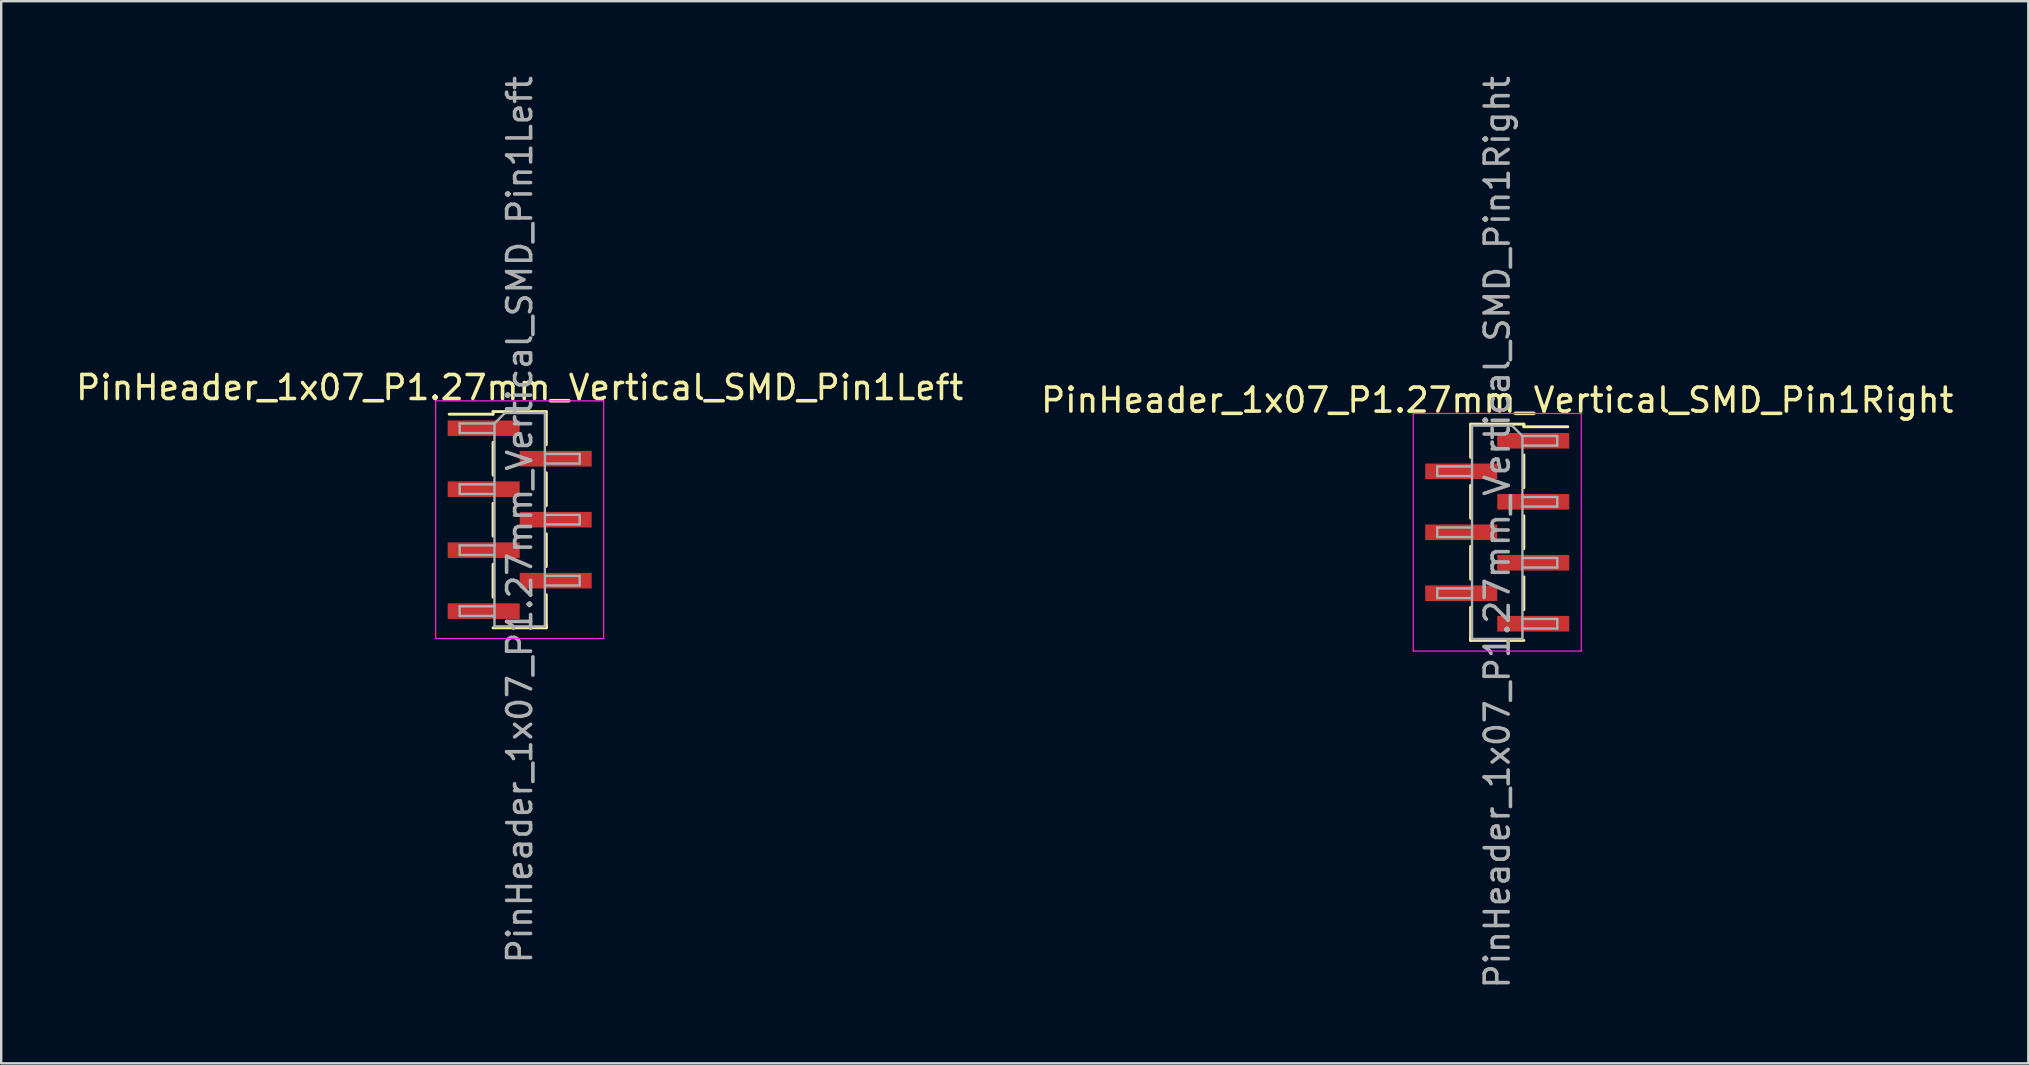
<source format=kicad_pcb>
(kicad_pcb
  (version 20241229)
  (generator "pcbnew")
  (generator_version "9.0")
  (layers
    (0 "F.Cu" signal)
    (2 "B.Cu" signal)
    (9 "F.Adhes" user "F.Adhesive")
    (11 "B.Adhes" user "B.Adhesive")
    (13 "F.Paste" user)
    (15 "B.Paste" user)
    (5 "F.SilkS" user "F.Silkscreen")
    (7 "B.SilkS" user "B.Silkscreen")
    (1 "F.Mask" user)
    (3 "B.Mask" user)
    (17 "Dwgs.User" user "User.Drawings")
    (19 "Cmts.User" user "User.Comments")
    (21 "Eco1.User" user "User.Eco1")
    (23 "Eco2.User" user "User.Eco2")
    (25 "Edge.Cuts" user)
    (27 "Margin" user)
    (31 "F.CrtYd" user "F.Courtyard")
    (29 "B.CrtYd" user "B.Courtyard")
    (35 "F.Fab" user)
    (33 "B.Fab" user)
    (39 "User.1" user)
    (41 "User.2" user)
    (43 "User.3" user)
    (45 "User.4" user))
  (footprint "PinHeader_1x07_P1.27mm_Vertical_SMD_Pin1Right"
    (layer "F.Cu")
    (at 59.327 19.125)
    (property "Reference" "PinHeader_1x07_P1.27mm_Vertical_SMD_Pin1Right" (at 0 -5.505 0) (layer "F.SilkS") (effects (font (size 1 1) (thickness 0.15))))
    (attr smd)
    (fp_line (start -1.11 -4.505) (end 1.11 -4.505) (stroke (width 0.12) (type solid)) (layer "F.SilkS"))
    (fp_line (start -1.11 -4.495) (end -1.11 -3.125) (stroke (width 0.12) (type solid)) (layer "F.SilkS"))
    (fp_line (start -1.11 -1.955) (end -1.11 -0.585) (stroke (width 0.12) (type solid)) (layer "F.SilkS"))
    (fp_line (start -1.11 0.585) (end -1.11 1.955) (stroke (width 0.12) (type solid)) (layer "F.SilkS"))
    (fp_line (start -1.11 3.125) (end -1.11 4.495) (stroke (width 0.12) (type solid)) (layer "F.SilkS"))
    (fp_line (start -1.11 4.395) (end -1.11 4.505) (stroke (width 0.12) (type solid)) (layer "F.SilkS"))
    (fp_line (start -1.11 4.505) (end 1.11 4.505) (stroke (width 0.12) (type solid)) (layer "F.SilkS"))
    (fp_line (start 1.11 -4.505) (end 1.11 -4.395) (stroke (width 0.12) (type solid)) (layer "F.SilkS"))
    (fp_line (start 1.11 -4.395) (end 2.94 -4.395) (stroke (width 0.12) (type solid)) (layer "F.SilkS"))
    (fp_line (start 1.11 -3.225) (end 1.11 -1.855) (stroke (width 0.12) (type solid)) (layer "F.SilkS"))
    (fp_line (start 1.11 -0.685) (end 1.11 0.685) (stroke (width 0.12) (type solid)) (layer "F.SilkS"))
    (fp_line (start 1.11 1.855) (end 1.11 3.225) (stroke (width 0.12) (type solid)) (layer "F.SilkS"))
    (fp_line (start -3.5 -4.95) (end -3.5 4.95) (stroke (width 0.05) (type solid)) (layer "F.CrtYd"))
    (fp_line (start -3.5 4.95) (end 3.5 4.95) (stroke (width 0.05) (type solid)) (layer "F.CrtYd"))
    (fp_line (start 3.5 -4.95) (end -3.5 -4.95) (stroke (width 0.05) (type solid)) (layer "F.CrtYd"))
    (fp_line (start 3.5 4.95) (end 3.5 -4.95) (stroke (width 0.05) (type solid)) (layer "F.CrtYd"))
    (fp_line (start -2.5 -2.74) (end -2.5 -2.34) (stroke (width 0.1) (type solid)) (layer "F.Fab"))
    (fp_line (start -2.5 -2.34) (end -1.05 -2.34) (stroke (width 0.1) (type solid)) (layer "F.Fab"))
    (fp_line (start -2.5 -0.2) (end -2.5 0.2) (stroke (width 0.1) (type solid)) (layer "F.Fab"))
    (fp_line (start -2.5 0.2) (end -1.05 0.2) (stroke (width 0.1) (type solid)) (layer "F.Fab"))
    (fp_line (start -2.5 2.34) (end -2.5 2.74) (stroke (width 0.1) (type solid)) (layer "F.Fab"))
    (fp_line (start -2.5 2.74) (end -1.05 2.74) (stroke (width 0.1) (type solid)) (layer "F.Fab"))
    (fp_line (start -1.05 -4.445) (end -1.05 4.445) (stroke (width 0.1) (type solid)) (layer "F.Fab"))
    (fp_line (start -1.05 -4.445) (end 0.615 -4.445) (stroke (width 0.1) (type solid)) (layer "F.Fab"))
    (fp_line (start -1.05 -2.74) (end -2.5 -2.74) (stroke (width 0.1) (type solid)) (layer "F.Fab"))
    (fp_line (start -1.05 -0.2) (end -2.5 -0.2) (stroke (width 0.1) (type solid)) (layer "F.Fab"))
    (fp_line (start -1.05 2.34) (end -2.5 2.34) (stroke (width 0.1) (type solid)) (layer "F.Fab"))
    (fp_line (start 1.05 -4.01) (end 0.615 -4.445) (stroke (width 0.1) (type solid)) (layer "F.Fab"))
    (fp_line (start 1.05 -4.01) (end 2.5 -4.01) (stroke (width 0.1) (type solid)) (layer "F.Fab"))
    (fp_line (start 1.05 -1.47) (end 2.5 -1.47) (stroke (width 0.1) (type solid)) (layer "F.Fab"))
    (fp_line (start 1.05 1.07) (end 2.5 1.07) (stroke (width 0.1) (type solid)) (layer "F.Fab"))
    (fp_line (start 1.05 3.61) (end 2.5 3.61) (stroke (width 0.1) (type solid)) (layer "F.Fab"))
    (fp_line (start 1.05 4.445) (end -1.05 4.445) (stroke (width 0.1) (type solid)) (layer "F.Fab"))
    (fp_line (start 1.05 4.445) (end 1.05 -4.01) (stroke (width 0.1) (type solid)) (layer "F.Fab"))
    (fp_line (start 2.5 -4.01) (end 2.5 -3.61) (stroke (width 0.1) (type solid)) (layer "F.Fab"))
    (fp_line (start 2.5 -3.61) (end 1.05 -3.61) (stroke (width 0.1) (type solid)) (layer "F.Fab"))
    (fp_line (start 2.5 -1.47) (end 2.5 -1.07) (stroke (width 0.1) (type solid)) (layer "F.Fab"))
    (fp_line (start 2.5 -1.07) (end 1.05 -1.07) (stroke (width 0.1) (type solid)) (layer "F.Fab"))
    (fp_line (start 2.5 1.07) (end 2.5 1.47) (stroke (width 0.1) (type solid)) (layer "F.Fab"))
    (fp_line (start 2.5 1.47) (end 1.05 1.47) (stroke (width 0.1) (type solid)) (layer "F.Fab"))
    (fp_line (start 2.5 3.61) (end 2.5 4.01) (stroke (width 0.1) (type solid)) (layer "F.Fab"))
    (fp_line (start 2.5 4.01) (end 1.05 4.01) (stroke (width 0.1) (type solid)) (layer "F.Fab"))
    (fp_text user "${REFERENCE}" (at 0 0 90) (layer "F.Fab") (effects (font (size 1 1) (thickness 0.15))))
    (pad "1" smd rect (at 1.5 -3.81) (size 3 0.65) (layers "F.Cu" "F.Mask" "F.Paste"))
    (pad "2" smd rect (at -1.5 -2.54) (size 3 0.65) (layers "F.Cu" "F.Mask" "F.Paste"))
    (pad "3" smd rect (at 1.5 -1.27) (size 3 0.65) (layers "F.Cu" "F.Mask" "F.Paste"))
    (pad "4" smd rect (at -1.5 0) (size 3 0.65) (layers "F.Cu" "F.Mask" "F.Paste"))
    (pad "5" smd rect (at 1.5 1.27) (size 3 0.65) (layers "F.Cu" "F.Mask" "F.Paste"))
    (pad "6" smd rect (at -1.5 2.54) (size 3 0.65) (layers "F.Cu" "F.Mask" "F.Paste"))
    (pad "7" smd rect (at 1.5 3.81) (size 3 0.65) (layers "F.Cu" "F.Mask" "F.Paste")))
  (footprint "PinHeader_1x07_P1.27mm_Vertical_SMD_Pin1Left"
    (layer "F.Cu")
    (at 18.601 18.601)
    (property "Reference" "PinHeader_1x07_P1.27mm_Vertical_SMD_Pin1Left" (at 0 -5.505 0) (layer "F.SilkS") (effects (font (size 1 1) (thickness 0.15))))
    (attr smd)
    (fp_line (start -1.11 -4.505) (end -1.11 -4.395) (stroke (width 0.12) (type solid)) (layer "F.SilkS"))
    (fp_line (start -1.11 -4.505) (end 1.11 -4.505) (stroke (width 0.12) (type solid)) (layer "F.SilkS"))
    (fp_line (start -1.11 -4.395) (end -2.94 -4.395) (stroke (width 0.12) (type solid)) (layer "F.SilkS"))
    (fp_line (start -1.11 -3.225) (end -1.11 -1.855) (stroke (width 0.12) (type solid)) (layer "F.SilkS"))
    (fp_line (start -1.11 -0.685) (end -1.11 0.685) (stroke (width 0.12) (type solid)) (layer "F.SilkS"))
    (fp_line (start -1.11 1.855) (end -1.11 3.225) (stroke (width 0.12) (type solid)) (layer "F.SilkS"))
    (fp_line (start -1.11 4.505) (end 1.11 4.505) (stroke (width 0.12) (type solid)) (layer "F.SilkS"))
    (fp_line (start 1.11 -4.495) (end 1.11 -3.125) (stroke (width 0.12) (type solid)) (layer "F.SilkS"))
    (fp_line (start 1.11 -1.955) (end 1.11 -0.585) (stroke (width 0.12) (type solid)) (layer "F.SilkS"))
    (fp_line (start 1.11 0.585) (end 1.11 1.955) (stroke (width 0.12) (type solid)) (layer "F.SilkS"))
    (fp_line (start 1.11 3.125) (end 1.11 4.495) (stroke (width 0.12) (type solid)) (layer "F.SilkS"))
    (fp_line (start 1.11 4.395) (end 1.11 4.505) (stroke (width 0.12) (type solid)) (layer "F.SilkS"))
    (fp_line (start -3.5 -4.95) (end -3.5 4.95) (stroke (width 0.05) (type solid)) (layer "F.CrtYd"))
    (fp_line (start -3.5 4.95) (end 3.5 4.95) (stroke (width 0.05) (type solid)) (layer "F.CrtYd"))
    (fp_line (start 3.5 -4.95) (end -3.5 -4.95) (stroke (width 0.05) (type solid)) (layer "F.CrtYd"))
    (fp_line (start 3.5 4.95) (end 3.5 -4.95) (stroke (width 0.05) (type solid)) (layer "F.CrtYd"))
    (fp_line (start -2.5 -4.01) (end -2.5 -3.61) (stroke (width 0.1) (type solid)) (layer "F.Fab"))
    (fp_line (start -2.5 -3.61) (end -1.05 -3.61) (stroke (width 0.1) (type solid)) (layer "F.Fab"))
    (fp_line (start -2.5 -1.47) (end -2.5 -1.07) (stroke (width 0.1) (type solid)) (layer "F.Fab"))
    (fp_line (start -2.5 -1.07) (end -1.05 -1.07) (stroke (width 0.1) (type solid)) (layer "F.Fab"))
    (fp_line (start -2.5 1.07) (end -2.5 1.47) (stroke (width 0.1) (type solid)) (layer "F.Fab"))
    (fp_line (start -2.5 1.47) (end -1.05 1.47) (stroke (width 0.1) (type solid)) (layer "F.Fab"))
    (fp_line (start -2.5 3.61) (end -2.5 4.01) (stroke (width 0.1) (type solid)) (layer "F.Fab"))
    (fp_line (start -2.5 4.01) (end -1.05 4.01) (stroke (width 0.1) (type solid)) (layer "F.Fab"))
    (fp_line (start -1.05 -4.01) (end -2.5 -4.01) (stroke (width 0.1) (type solid)) (layer "F.Fab"))
    (fp_line (start -1.05 -4.01) (end -0.615 -4.445) (stroke (width 0.1) (type solid)) (layer "F.Fab"))
    (fp_line (start -1.05 -1.47) (end -2.5 -1.47) (stroke (width 0.1) (type solid)) (layer "F.Fab"))
    (fp_line (start -1.05 1.07) (end -2.5 1.07) (stroke (width 0.1) (type solid)) (layer "F.Fab"))
    (fp_line (start -1.05 3.61) (end -2.5 3.61) (stroke (width 0.1) (type solid)) (layer "F.Fab"))
    (fp_line (start -1.05 4.445) (end -1.05 -4.01) (stroke (width 0.1) (type solid)) (layer "F.Fab"))
    (fp_line (start -0.615 -4.445) (end 1.05 -4.445) (stroke (width 0.1) (type solid)) (layer "F.Fab"))
    (fp_line (start 1.05 -4.445) (end 1.05 4.445) (stroke (width 0.1) (type solid)) (layer "F.Fab"))
    (fp_line (start 1.05 -2.74) (end 2.5 -2.74) (stroke (width 0.1) (type solid)) (layer "F.Fab"))
    (fp_line (start 1.05 -0.2) (end 2.5 -0.2) (stroke (width 0.1) (type solid)) (layer "F.Fab"))
    (fp_line (start 1.05 2.34) (end 2.5 2.34) (stroke (width 0.1) (type solid)) (layer "F.Fab"))
    (fp_line (start 1.05 4.445) (end -1.05 4.445) (stroke (width 0.1) (type solid)) (layer "F.Fab"))
    (fp_line (start 2.5 -2.74) (end 2.5 -2.34) (stroke (width 0.1) (type solid)) (layer "F.Fab"))
    (fp_line (start 2.5 -2.34) (end 1.05 -2.34) (stroke (width 0.1) (type solid)) (layer "F.Fab"))
    (fp_line (start 2.5 -0.2) (end 2.5 0.2) (stroke (width 0.1) (type solid)) (layer "F.Fab"))
    (fp_line (start 2.5 0.2) (end 1.05 0.2) (stroke (width 0.1) (type solid)) (layer "F.Fab"))
    (fp_line (start 2.5 2.34) (end 2.5 2.74) (stroke (width 0.1) (type solid)) (layer "F.Fab"))
    (fp_line (start 2.5 2.74) (end 1.05 2.74) (stroke (width 0.1) (type solid)) (layer "F.Fab"))
    (fp_text user "${REFERENCE}" (at 0 0 90) (layer "F.Fab") (effects (font (size 1 1) (thickness 0.15))))
    (pad "1" smd rect (at -1.5 -3.81) (size 3 0.65) (layers "F.Cu" "F.Mask" "F.Paste"))
    (pad "2" smd rect (at 1.5 -2.54) (size 3 0.65) (layers "F.Cu" "F.Mask" "F.Paste"))
    (pad "3" smd rect (at -1.5 -1.27) (size 3 0.65) (layers "F.Cu" "F.Mask" "F.Paste"))
    (pad "4" smd rect (at 1.5 0) (size 3 0.65) (layers "F.Cu" "F.Mask" "F.Paste"))
    (pad "5" smd rect (at -1.5 1.27) (size 3 0.65) (layers "F.Cu" "F.Mask" "F.Paste"))
    (pad "6" smd rect (at 1.5 2.54) (size 3 0.65) (layers "F.Cu" "F.Mask" "F.Paste"))
    (pad "7" smd rect (at -1.5 3.81) (size 3 0.65) (layers "F.Cu" "F.Mask" "F.Paste")))
  (gr_rect
    (start -3 -3)
    (end 81.452 41.25)
    (stroke (width 0.1) (type default))
    (fill no)
    (layer "Edge.Cuts")))
</source>
